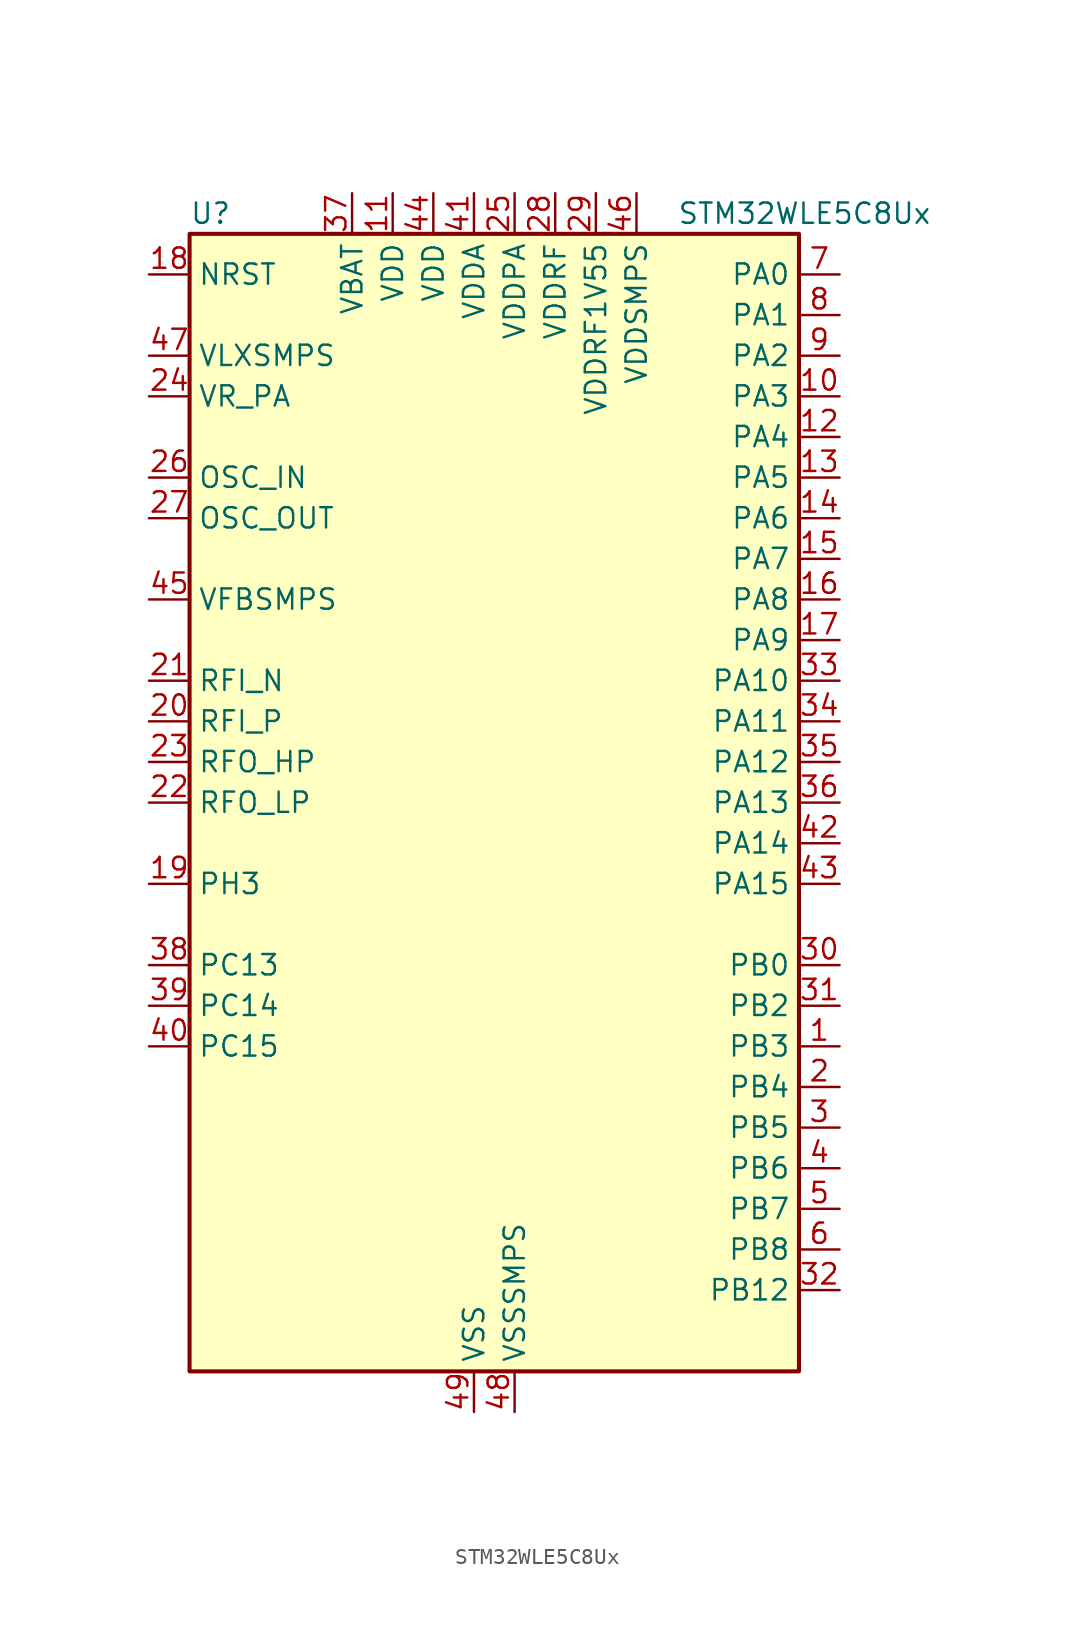
<source format=kicad_sym>
(kicad_symbol_lib
  (version 20220914)
  (generator kicad_symbol_editor)
  (symbol "STM32WLE5C8Ux"
    (property "Reference" "U"
      (at -17.78 36.83 0)
      (effects (font (size 1.27 1.27)) (justify left)))
    (property "Value" "STM32WLE5C8Ux"
      (at 12.7 36.83 0)
      (effects (font (size 1.27 1.27)) (justify left)))
    (symbol "STM32WLE5C8Ux_0_1"
      (rectangle (start -17.78 -35.56) (end 20.32 35.56) (stroke (width 0.254) (type default)) (fill (type background))))
    (symbol "STM32WLE5C8Ux_1_1"
      (pin bidirectional line (at 22.86 -15.24 180) (length 2.54) (name "PB3" (effects (font (size 1.27 1.27)))) (number "1" (effects (font (size 1.27 1.27)))) (alternate "ADC_IN2" bidirectional line) (alternate "COMP1_INM" bidirectional line) (alternate "COMP2_INM" bidirectional line) (alternate "DEBUG_JTDO-SWO" bidirectional line) (alternate "DEBUG_RF-DTB1" bidirectional line) (alternate "PWR_WKUP3" bidirectional line) (alternate "RTC_TAMP_IN3" bidirectional line) (alternate "SPI1_SCK" bidirectional line) (alternate "TIM2_CH2" bidirectional line) (alternate "USART1_DE" bidirectional line) (alternate "USART1_RTS" bidirectional line))
      (pin bidirectional line (at 22.86 25.4 180) (length 2.54) (name "PA3" (effects (font (size 1.27 1.27)))) (number "10" (effects (font (size 1.27 1.27)))) (alternate "I2S2_MCK" bidirectional line) (alternate "LPUART1_RX" bidirectional line) (alternate "TIM2_CH4" bidirectional line) (alternate "USART2_RX" bidirectional line))
      (pin power_in line (at -5.08 38.1 270) (length 2.54) (name "VDD" (effects (font (size 1.27 1.27)))) (number "11" (effects (font (size 1.27 1.27)))))
      (pin bidirectional line (at 22.86 22.86 180) (length 2.54) (name "PA4" (effects (font (size 1.27 1.27)))) (number "12" (effects (font (size 1.27 1.27)))) (alternate "DEBUG_SUBGHZSPI-NSSOUT" bidirectional line) (alternate "LPTIM1_OUT" bidirectional line) (alternate "LPTIM2_OUT" bidirectional line) (alternate "RTC_OUT2" bidirectional line) (alternate "SPI1_NSS" bidirectional line) (alternate "USART2_CK" bidirectional line))
      (pin bidirectional line (at 22.86 20.32 180) (length 2.54) (name "PA5" (effects (font (size 1.27 1.27)))) (number "13" (effects (font (size 1.27 1.27)))) (alternate "DEBUG_SUBGHZSPI-SCKOUT" bidirectional line) (alternate "LPTIM2_ETR" bidirectional line) (alternate "SPI1_SCK" bidirectional line) (alternate "SPI2_MISO" bidirectional line) (alternate "TIM2_CH1" bidirectional line) (alternate "TIM2_ETR" bidirectional line))
      (pin bidirectional line (at 22.86 17.78 180) (length 2.54) (name "PA6" (effects (font (size 1.27 1.27)))) (number "14" (effects (font (size 1.27 1.27)))) (alternate "DEBUG_SUBGHZSPI-MISOOUT" bidirectional line) (alternate "I2C2_SMBA" bidirectional line) (alternate "LPUART1_CTS" bidirectional line) (alternate "SPI1_MISO" bidirectional line) (alternate "TIM16_CH1" bidirectional line) (alternate "TIM1_BKIN" bidirectional line))
      (pin bidirectional line (at 22.86 15.24 180) (length 2.54) (name "PA7" (effects (font (size 1.27 1.27)))) (number "15" (effects (font (size 1.27 1.27)))) (alternate "COMP2_OUT" bidirectional line) (alternate "DEBUG_SUBGHZSPI-MOSIOUT" bidirectional line) (alternate "I2C3_SCL" bidirectional line) (alternate "SPI1_MOSI" bidirectional line) (alternate "TIM17_CH1" bidirectional line) (alternate "TIM1_CH1N" bidirectional line))
      (pin bidirectional line (at 22.86 12.7 180) (length 2.54) (name "PA8" (effects (font (size 1.27 1.27)))) (number "16" (effects (font (size 1.27 1.27)))) (alternate "I2S2_CK" bidirectional line) (alternate "LPTIM2_OUT" bidirectional line) (alternate "RCC_MCO" bidirectional line) (alternate "SPI2_SCK" bidirectional line) (alternate "TIM1_CH1" bidirectional line) (alternate "USART1_CK" bidirectional line))
      (pin bidirectional line (at 22.86 10.16 180) (length 2.54) (name "PA9" (effects (font (size 1.27 1.27)))) (number "17" (effects (font (size 1.27 1.27)))) (alternate "DAC_EXTI9" bidirectional line) (alternate "I2C1_SCL" bidirectional line) (alternate "I2S2_CK" bidirectional line) (alternate "I2S2_WS" bidirectional line) (alternate "SPI2_NSS" bidirectional line) (alternate "SPI2_SCK" bidirectional line) (alternate "TIM1_CH2" bidirectional line) (alternate "USART1_TX" bidirectional line))
      (pin input line (at -20.32 33.02 0) (length 2.54) (name "NRST" (effects (font (size 1.27 1.27)))) (number "18" (effects (font (size 1.27 1.27)))))
      (pin bidirectional line (at -20.32 -5.08 0) (length 2.54) (name "PH3" (effects (font (size 1.27 1.27)))) (number "19" (effects (font (size 1.27 1.27)))))
      (pin bidirectional line (at 22.86 -17.78 180) (length 2.54) (name "PB4" (effects (font (size 1.27 1.27)))) (number "2" (effects (font (size 1.27 1.27)))) (alternate "ADC_IN3" bidirectional line) (alternate "COMP1_INP" bidirectional line) (alternate "COMP2_INP" bidirectional line) (alternate "DEBUG_JTRST" bidirectional line) (alternate "DEBUG_RF-LDORDY" bidirectional line) (alternate "I2C3_SDA" bidirectional line) (alternate "SPI1_MISO" bidirectional line) (alternate "TIM17_BKIN" bidirectional line) (alternate "USART1_CTS" bidirectional line) (alternate "USART1_NSS" bidirectional line))
      (pin bidirectional line (at -20.32 5.08 0) (length 2.54) (name "RFI_P" (effects (font (size 1.27 1.27)))) (number "20" (effects (font (size 1.27 1.27)))))
      (pin bidirectional line (at -20.32 7.62 0) (length 2.54) (name "RFI_N" (effects (font (size 1.27 1.27)))) (number "21" (effects (font (size 1.27 1.27)))))
      (pin bidirectional line (at -20.32 0 0) (length 2.54) (name "RFO_LP" (effects (font (size 1.27 1.27)))) (number "22" (effects (font (size 1.27 1.27)))))
      (pin bidirectional line (at -20.32 2.54 0) (length 2.54) (name "RFO_HP" (effects (font (size 1.27 1.27)))) (number "23" (effects (font (size 1.27 1.27)))))
      (pin power_out line (at -20.32 25.4 0) (length 2.54) (name "VR_PA" (effects (font (size 1.27 1.27)))) (number "24" (effects (font (size 1.27 1.27)))))
      (pin power_in line (at 2.54 38.1 270) (length 2.54) (name "VDDPA" (effects (font (size 1.27 1.27)))) (number "25" (effects (font (size 1.27 1.27)))))
      (pin input line (at -20.32 20.32 0) (length 2.54) (name "OSC_IN" (effects (font (size 1.27 1.27)))) (number "26" (effects (font (size 1.27 1.27)))) (alternate "RCC_OSC_IN" bidirectional line))
      (pin input line (at -20.32 17.78 0) (length 2.54) (name "OSC_OUT" (effects (font (size 1.27 1.27)))) (number "27" (effects (font (size 1.27 1.27)))) (alternate "RCC_OSC_OUT" bidirectional line))
      (pin power_in line (at 5.08 38.1 270) (length 2.54) (name "VDDRF" (effects (font (size 1.27 1.27)))) (number "28" (effects (font (size 1.27 1.27)))))
      (pin power_in line (at 7.62 38.1 270) (length 2.54) (name "VDDRF1V55" (effects (font (size 1.27 1.27)))) (number "29" (effects (font (size 1.27 1.27)))))
      (pin bidirectional line (at 22.86 -20.32 180) (length 2.54) (name "PB5" (effects (font (size 1.27 1.27)))) (number "3" (effects (font (size 1.27 1.27)))) (alternate "COMP2_OUT" bidirectional line) (alternate "I2C1_SMBA" bidirectional line) (alternate "LPTIM1_IN1" bidirectional line) (alternate "SPI1_MOSI" bidirectional line) (alternate "TIM16_BKIN" bidirectional line) (alternate "USART1_CK" bidirectional line))
      (pin bidirectional line (at 22.86 -10.16 180) (length 2.54) (name "PB0" (effects (font (size 1.27 1.27)))) (number "30" (effects (font (size 1.27 1.27)))) (alternate "COMP1_OUT" bidirectional line) (alternate "VDDTCXO" bidirectional line))
      (pin bidirectional line (at 22.86 -12.7 180) (length 2.54) (name "PB2" (effects (font (size 1.27 1.27)))) (number "31" (effects (font (size 1.27 1.27)))) (alternate "ADC_IN4" bidirectional line) (alternate "COMP1_INP" bidirectional line) (alternate "COMP2_INM" bidirectional line) (alternate "DEBUG_RF-SMPSRDY" bidirectional line) (alternate "I2C3_SMBA" bidirectional line) (alternate "LPTIM1_OUT" bidirectional line) (alternate "SPI1_NSS" bidirectional line))
      (pin bidirectional line (at 22.86 -30.48 180) (length 2.54) (name "PB12" (effects (font (size 1.27 1.27)))) (number "32" (effects (font (size 1.27 1.27)))) (alternate "I2C3_SMBA" bidirectional line) (alternate "I2S2_WS" bidirectional line) (alternate "LPUART1_RTS" bidirectional line) (alternate "SPI2_NSS" bidirectional line) (alternate "TIM1_BKIN" bidirectional line))
      (pin bidirectional line (at 22.86 7.62 180) (length 2.54) (name "PA10" (effects (font (size 1.27 1.27)))) (number "33" (effects (font (size 1.27 1.27)))) (alternate "ADC_IN6" bidirectional line) (alternate "COMP1_INM" bidirectional line) (alternate "COMP2_INM" bidirectional line) (alternate "DAC_OUT1" bidirectional line) (alternate "DEBUG_RF-HSE32RDY" bidirectional line) (alternate "I2C1_SDA" bidirectional line) (alternate "I2S2_SD" bidirectional line) (alternate "RTC_REFIN" bidirectional line) (alternate "SPI2_MOSI" bidirectional line) (alternate "TIM17_BKIN" bidirectional line) (alternate "TIM1_CH3" bidirectional line) (alternate "USART1_RX" bidirectional line))
      (pin bidirectional line (at 22.86 5.08 180) (length 2.54) (name "PA11" (effects (font (size 1.27 1.27)))) (number "34" (effects (font (size 1.27 1.27)))) (alternate "ADC_EXTI11" bidirectional line) (alternate "ADC_IN7" bidirectional line) (alternate "COMP1_INM" bidirectional line) (alternate "COMP2_INM" bidirectional line) (alternate "DEBUG_RF-NRESET" bidirectional line) (alternate "I2C2_SDA" bidirectional line) (alternate "LPTIM3_ETR" bidirectional line) (alternate "SPI1_MISO" bidirectional line) (alternate "TIM1_BKIN2" bidirectional line) (alternate "TIM1_CH4" bidirectional line) (alternate "USART1_CTS" bidirectional line) (alternate "USART1_NSS" bidirectional line))
      (pin bidirectional line (at 22.86 2.54 180) (length 2.54) (name "PA12" (effects (font (size 1.27 1.27)))) (number "35" (effects (font (size 1.27 1.27)))) (alternate "ADC_IN8" bidirectional line) (alternate "DEBUG_RF-BUSY" bidirectional line) (alternate "I2C2_SCL" bidirectional line) (alternate "LPTIM3_IN1" bidirectional line) (alternate "SPI1_MOSI" bidirectional line) (alternate "TIM1_ETR" bidirectional line) (alternate "USART1_DE" bidirectional line) (alternate "USART1_RTS" bidirectional line))
      (pin bidirectional line (at 22.86 0 180) (length 2.54) (name "PA13" (effects (font (size 1.27 1.27)))) (number "36" (effects (font (size 1.27 1.27)))) (alternate "ADC_IN9" bidirectional line) (alternate "DEBUG_JTMS-SWDIO" bidirectional line) (alternate "I2C2_SMBA" bidirectional line) (alternate "IR_OUT" bidirectional line))
      (pin power_in line (at -7.62 38.1 270) (length 2.54) (name "VBAT" (effects (font (size 1.27 1.27)))) (number "37" (effects (font (size 1.27 1.27)))))
      (pin bidirectional line (at -20.32 -10.16 0) (length 2.54) (name "PC13" (effects (font (size 1.27 1.27)))) (number "38" (effects (font (size 1.27 1.27)))) (alternate "PWR_WKUP2" bidirectional line) (alternate "RTC_OUT1" bidirectional line) (alternate "RTC_TAMP_IN1" bidirectional line) (alternate "RTC_TS" bidirectional line))
      (pin bidirectional line (at -20.32 -12.7 0) (length 2.54) (name "PC14" (effects (font (size 1.27 1.27)))) (number "39" (effects (font (size 1.27 1.27)))) (alternate "RCC_OSC32_IN" bidirectional line))
      (pin bidirectional line (at 22.86 -22.86 180) (length 2.54) (name "PB6" (effects (font (size 1.27 1.27)))) (number "4" (effects (font (size 1.27 1.27)))) (alternate "I2C1_SCL" bidirectional line) (alternate "LPTIM1_ETR" bidirectional line) (alternate "TIM16_CH1N" bidirectional line) (alternate "USART1_TX" bidirectional line))
      (pin bidirectional line (at -20.32 -15.24 0) (length 2.54) (name "PC15" (effects (font (size 1.27 1.27)))) (number "40" (effects (font (size 1.27 1.27)))) (alternate "RCC_OSC32_OUT" bidirectional line))
      (pin power_in line (at 0 38.1 270) (length 2.54) (name "VDDA" (effects (font (size 1.27 1.27)))) (number "41" (effects (font (size 1.27 1.27)))))
      (pin bidirectional line (at 22.86 -2.54 180) (length 2.54) (name "PA14" (effects (font (size 1.27 1.27)))) (number "42" (effects (font (size 1.27 1.27)))) (alternate "ADC_IN10" bidirectional line) (alternate "DEBUG_JTCK-SWCLK" bidirectional line) (alternate "I2C1_SMBA" bidirectional line) (alternate "LPTIM1_OUT" bidirectional line))
      (pin bidirectional line (at 22.86 -5.08 180) (length 2.54) (name "PA15" (effects (font (size 1.27 1.27)))) (number "43" (effects (font (size 1.27 1.27)))) (alternate "ADC_IN11" bidirectional line) (alternate "COMP1_INM" bidirectional line) (alternate "COMP2_INP" bidirectional line) (alternate "DEBUG_JTDI" bidirectional line) (alternate "I2C2_SDA" bidirectional line) (alternate "SPI1_NSS" bidirectional line) (alternate "TIM2_CH1" bidirectional line) (alternate "TIM2_ETR" bidirectional line))
      (pin power_in line (at -2.54 38.1 270) (length 2.54) (name "VDD" (effects (font (size 1.27 1.27)))) (number "44" (effects (font (size 1.27 1.27)))))
      (pin power_out line (at -20.32 12.7 0) (length 2.54) (name "VFBSMPS" (effects (font (size 1.27 1.27)))) (number "45" (effects (font (size 1.27 1.27)))))
      (pin power_in line (at 10.16 38.1 270) (length 2.54) (name "VDDSMPS" (effects (font (size 1.27 1.27)))) (number "46" (effects (font (size 1.27 1.27)))))
      (pin power_out line (at -20.32 27.94 0) (length 2.54) (name "VLXSMPS" (effects (font (size 1.27 1.27)))) (number "47" (effects (font (size 1.27 1.27)))))
      (pin power_in line (at 2.54 -38.1 90) (length 2.54) (name "VSSSMPS" (effects (font (size 1.27 1.27)))) (number "48" (effects (font (size 1.27 1.27)))))
      (pin power_in line (at 0 -38.1 90) (length 2.54) (name "VSS" (effects (font (size 1.27 1.27)))) (number "49" (effects (font (size 1.27 1.27)))))
      (pin bidirectional line (at 22.86 -25.4 180) (length 2.54) (name "PB7" (effects (font (size 1.27 1.27)))) (number "5" (effects (font (size 1.27 1.27)))) (alternate "I2C1_SDA" bidirectional line) (alternate "LPTIM1_IN2" bidirectional line) (alternate "PWR_PVD_IN" bidirectional line) (alternate "TIM17_CH1N" bidirectional line) (alternate "TIM1_BKIN" bidirectional line) (alternate "USART1_RX" bidirectional line))
      (pin bidirectional line (at 22.86 -27.94 180) (length 2.54) (name "PB8" (effects (font (size 1.27 1.27)))) (number "6" (effects (font (size 1.27 1.27)))) (alternate "I2C1_SCL" bidirectional line) (alternate "TIM16_CH1" bidirectional line) (alternate "TIM1_CH2N" bidirectional line))
      (pin bidirectional line (at 22.86 33.02 180) (length 2.54) (name "PA0" (effects (font (size 1.27 1.27)))) (number "7" (effects (font (size 1.27 1.27)))) (alternate "COMP1_OUT" bidirectional line) (alternate "DEBUG_PWR-REGLP1S" bidirectional line) (alternate "I2C3_SMBA" bidirectional line) (alternate "I2S_CKIN" bidirectional line) (alternate "PWR_WKUP1" bidirectional line) (alternate "RTC_TAMP_IN2" bidirectional line) (alternate "TIM2_CH1" bidirectional line) (alternate "TIM2_ETR" bidirectional line) (alternate "USART2_CTS" bidirectional line) (alternate "USART2_NSS" bidirectional line))
      (pin bidirectional line (at 22.86 30.48 180) (length 2.54) (name "PA1" (effects (font (size 1.27 1.27)))) (number "8" (effects (font (size 1.27 1.27)))) (alternate "DEBUG_PWR-REGLP2S" bidirectional line) (alternate "I2C1_SMBA" bidirectional line) (alternate "LPTIM3_OUT" bidirectional line) (alternate "LPUART1_RTS" bidirectional line) (alternate "SPI1_SCK" bidirectional line) (alternate "TIM2_CH2" bidirectional line) (alternate "USART2_DE" bidirectional line) (alternate "USART2_RTS" bidirectional line))
      (pin bidirectional line (at 22.86 27.94 180) (length 2.54) (name "PA2" (effects (font (size 1.27 1.27)))) (number "9" (effects (font (size 1.27 1.27)))) (alternate "COMP2_OUT" bidirectional line) (alternate "DEBUG_PWR-LDORDY" bidirectional line) (alternate "LPUART1_TX" bidirectional line) (alternate "RCC_LSCO" bidirectional line) (alternate "TIM2_CH3" bidirectional line) (alternate "USART2_TX" bidirectional line)))))
</source>
